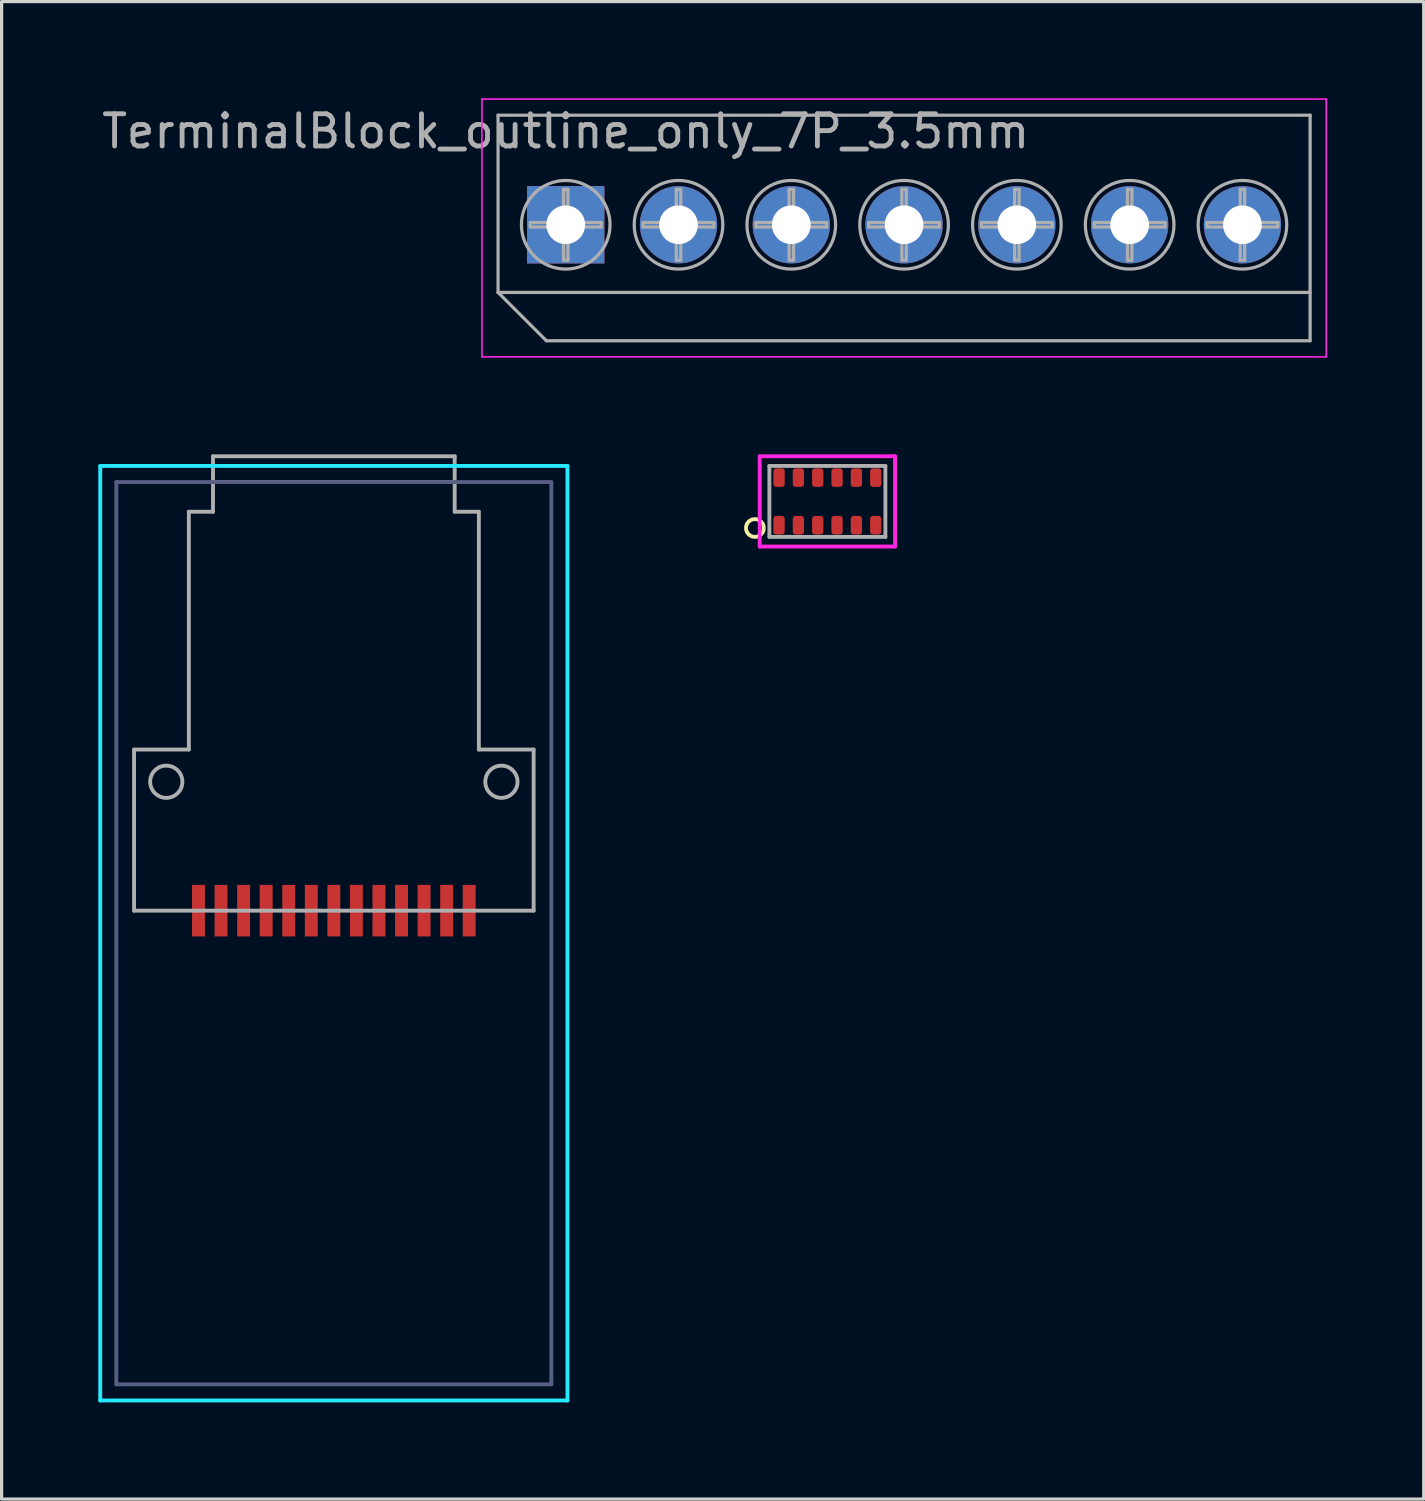
<source format=kicad_pcb>
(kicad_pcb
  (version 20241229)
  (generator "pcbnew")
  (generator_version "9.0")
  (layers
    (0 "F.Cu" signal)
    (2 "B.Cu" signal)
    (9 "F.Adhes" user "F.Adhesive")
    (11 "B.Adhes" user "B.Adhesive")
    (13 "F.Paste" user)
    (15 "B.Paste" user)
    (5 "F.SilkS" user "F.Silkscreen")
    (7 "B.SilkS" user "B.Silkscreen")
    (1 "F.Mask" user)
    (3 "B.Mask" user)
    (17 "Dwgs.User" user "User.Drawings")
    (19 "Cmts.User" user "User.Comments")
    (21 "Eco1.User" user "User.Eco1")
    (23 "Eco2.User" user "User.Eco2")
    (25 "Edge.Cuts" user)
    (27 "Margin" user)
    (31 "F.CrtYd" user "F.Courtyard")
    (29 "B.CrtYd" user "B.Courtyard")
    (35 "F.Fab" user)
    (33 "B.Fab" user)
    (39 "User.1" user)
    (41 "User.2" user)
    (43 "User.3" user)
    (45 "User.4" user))
  (footprint "TFT_160x80"
    (layer "F.Cu")
    (at 7.31 25.21)
    (property "Reference" "TFT_160x80" (at 0 1.95 0) (layer "Eco2.User") (effects (font (size 0.3 0.3) (thickness 0.075))))
    (attr smd)
    (fp_line (start -7.25 -13.8) (end 7.25 -13.8) (stroke (width 0.12) (type solid)) (layer "B.CrtYd"))
    (fp_line (start -7.25 15.2) (end -7.25 -13.8) (stroke (width 0.12) (type solid)) (layer "B.CrtYd"))
    (fp_line (start 7.25 -13.8) (end 7.25 15.2) (stroke (width 0.12) (type solid)) (layer "B.CrtYd"))
    (fp_line (start 7.25 15.2) (end -7.25 15.2) (stroke (width 0.12) (type solid)) (layer "B.CrtYd"))
    (fp_line (start -6.75 -13.3) (end 6.75 -13.3) (stroke (width 0.12) (type solid)) (layer "B.Fab"))
    (fp_line (start -6.75 14.7) (end -6.75 -13.3) (stroke (width 0.12) (type solid)) (layer "B.Fab"))
    (fp_line (start 6.75 -13.3) (end 6.75 14.7) (stroke (width 0.12) (type solid)) (layer "B.Fab"))
    (fp_line (start 6.75 14.7) (end -6.75 14.7) (stroke (width 0.12) (type solid)) (layer "B.Fab"))
    (fp_line (start -6.2 -5) (end -6.2 0) (stroke (width 0.12) (type solid)) (layer "F.Fab"))
    (fp_line (start -6.2 -5) (end -4.5 -5) (stroke (width 0.12) (type solid)) (layer "F.Fab"))
    (fp_line (start -6.2 0) (end 6.2 0) (stroke (width 0.12) (type solid)) (layer "F.Fab"))
    (fp_line (start -4.5 -12.38) (end -3.75 -12.38) (stroke (width 0.12) (type solid)) (layer "F.Fab"))
    (fp_line (start -4.5 -5) (end -4.5 -12.38) (stroke (width 0.12) (type solid)) (layer "F.Fab"))
    (fp_line (start -3.75 -14.1) (end 3.75 -14.1) (stroke (width 0.12) (type solid)) (layer "F.Fab"))
    (fp_line (start -3.75 -13.3) (end 3.75 -13.3) (stroke (width 0.12) (type solid)) (layer "F.Fab"))
    (fp_line (start -3.75 -12.38) (end -3.75 -14.1) (stroke (width 0.12) (type solid)) (layer "F.Fab"))
    (fp_line (start 3.75 -14.1) (end 3.75 -12.38) (stroke (width 0.12) (type solid)) (layer "F.Fab"))
    (fp_line (start 3.75 -12.38) (end 4.5 -12.38) (stroke (width 0.12) (type solid)) (layer "F.Fab"))
    (fp_line (start 4.5 -12.38) (end 4.5 -5) (stroke (width 0.12) (type solid)) (layer "F.Fab"))
    (fp_line (start 4.5 -5) (end 6.2 -5) (stroke (width 0.12) (type solid)) (layer "F.Fab"))
    (fp_line (start 6.2 0) (end 6.2 -5) (stroke (width 0.12) (type solid)) (layer "F.Fab"))
    (fp_circle (center -5.2 -4) (end -4.7 -4) (stroke (width 0.12) (type solid)) (fill no) (layer "F.Fab"))
    (fp_circle (center 5.2 -4) (end 5.7 -4) (stroke (width 0.12) (type solid)) (fill no) (layer "F.Fab"))
    (pad "1" smd rect (at 4.2 0) (size 0.4 1.6) (layers "F.Cu" "F.Mask" "F.Paste"))
    (pad "2" smd rect (at 3.5 0) (size 0.4 1.6) (layers "F.Cu" "F.Mask" "F.Paste"))
    (pad "3" smd rect (at 2.8 0) (size 0.4 1.6) (layers "F.Cu" "F.Mask" "F.Paste"))
    (pad "4" smd rect (at 2.1 0) (size 0.4 1.6) (layers "F.Cu" "F.Mask" "F.Paste"))
    (pad "5" smd rect (at 1.4 0) (size 0.4 1.6) (layers "F.Cu" "F.Mask" "F.Paste"))
    (pad "6" smd rect (at 0.7 0) (size 0.4 1.6) (layers "F.Cu" "F.Mask" "F.Paste"))
    (pad "7" smd rect (at 0 0) (size 0.4 1.6) (layers "F.Cu" "F.Mask" "F.Paste"))
    (pad "8" smd rect (at -0.7 0) (size 0.4 1.6) (layers "F.Cu" "F.Mask" "F.Paste"))
    (pad "9" smd rect (at -1.4 0) (size 0.4 1.6) (layers "F.Cu" "F.Mask" "F.Paste"))
    (pad "10" smd rect (at -2.1 0) (size 0.4 1.6) (layers "F.Cu" "F.Mask" "F.Paste"))
    (pad "11" smd rect (at -2.8 0) (size 0.4 1.6) (layers "F.Cu" "F.Mask" "F.Paste"))
    (pad "12" smd rect (at -3.5 0) (size 0.4 1.6) (layers "F.Cu" "F.Mask" "F.Paste"))
    (pad "13" smd rect (at -4.2 0) (size 0.4 1.6) (layers "F.Cu" "F.Mask" "F.Paste")))
  (footprint "TerminalBlock_outline_only_7P_3.5mm"
    (layer "F.Cu")
    (at 25.006 3.925)
    (property "Reference" "TerminalBlock_outline_only_7P_3.5mm" (at -10.358 2.332 0) (layer "Eco2.User") (effects (font (size 0.3 0.3) (thickness 0.075))))
    (attr through_hole)
    (fp_line (start -13.1 -3.9) (end -13.1 4.1) (stroke (width 0.05) (type solid)) (layer "F.CrtYd"))
    (fp_line (start -13.1 4.1) (end 13.1 4.1) (stroke (width 0.05) (type solid)) (layer "F.CrtYd"))
    (fp_line (start 13.1 -3.9) (end -13.1 -3.9) (stroke (width 0.05) (type solid)) (layer "F.CrtYd"))
    (fp_line (start 13.1 4.1) (end 13.1 -3.9) (stroke (width 0.05) (type solid)) (layer "F.CrtYd"))
    (fp_line (start -12.6 -3.4) (end 12.6 -3.4) (stroke (width 0.1) (type solid)) (layer "F.Fab"))
    (fp_line (start -12.6 2.1) (end -12.6 -3.4) (stroke (width 0.1) (type solid)) (layer "F.Fab"))
    (fp_line (start -12.6 2.1) (end 12.6 2.1) (stroke (width 0.1) (type solid)) (layer "F.Fab"))
    (fp_line (start -11.6 -0.069) (end -10.569 -0.069) (stroke (width 0.1) (type solid)) (layer "F.Fab"))
    (fp_line (start -11.6 0.069) (end -11.6 -0.069) (stroke (width 0.1) (type solid)) (layer "F.Fab"))
    (fp_line (start -11.1 3.6) (end -12.6 2.1) (stroke (width 0.1) (type solid)) (layer "F.Fab"))
    (fp_line (start -10.569 -1.1) (end -10.431 -1.1) (stroke (width 0.1) (type solid)) (layer "F.Fab"))
    (fp_line (start -10.569 -0.069) (end -10.569 -1.1) (stroke (width 0.1) (type solid)) (layer "F.Fab"))
    (fp_line (start -10.569 0.069) (end -11.6 0.069) (stroke (width 0.1) (type solid)) (layer "F.Fab"))
    (fp_line (start -10.569 1.1) (end -10.569 0.069) (stroke (width 0.1) (type solid)) (layer "F.Fab"))
    (fp_line (start -10.431 -1.1) (end -10.431 -0.069) (stroke (width 0.1) (type solid)) (layer "F.Fab"))
    (fp_line (start -10.431 -0.069) (end -9.4 -0.069) (stroke (width 0.1) (type solid)) (layer "F.Fab"))
    (fp_line (start -10.431 0.069) (end -10.431 1.1) (stroke (width 0.1) (type solid)) (layer "F.Fab"))
    (fp_line (start -10.431 1.1) (end -10.569 1.1) (stroke (width 0.1) (type solid)) (layer "F.Fab"))
    (fp_line (start -9.4 -0.069) (end -9.4 0.069) (stroke (width 0.1) (type solid)) (layer "F.Fab"))
    (fp_line (start -9.4 0.069) (end -10.431 0.069) (stroke (width 0.1) (type solid)) (layer "F.Fab"))
    (fp_line (start -8.1 -0.069) (end -7.069 -0.069) (stroke (width 0.1) (type solid)) (layer "F.Fab"))
    (fp_line (start -8.1 0.069) (end -8.1 -0.069) (stroke (width 0.1) (type solid)) (layer "F.Fab"))
    (fp_line (start -7.069 -1.1) (end -6.931 -1.1) (stroke (width 0.1) (type solid)) (layer "F.Fab"))
    (fp_line (start -7.069 -0.069) (end -7.069 -1.1) (stroke (width 0.1) (type solid)) (layer "F.Fab"))
    (fp_line (start -7.069 0.069) (end -8.1 0.069) (stroke (width 0.1) (type solid)) (layer "F.Fab"))
    (fp_line (start -7.069 1.1) (end -7.069 0.069) (stroke (width 0.1) (type solid)) (layer "F.Fab"))
    (fp_line (start -6.931 -1.1) (end -6.931 -0.069) (stroke (width 0.1) (type solid)) (layer "F.Fab"))
    (fp_line (start -6.931 -0.069) (end -5.9 -0.069) (stroke (width 0.1) (type solid)) (layer "F.Fab"))
    (fp_line (start -6.931 0.069) (end -6.931 1.1) (stroke (width 0.1) (type solid)) (layer "F.Fab"))
    (fp_line (start -6.931 1.1) (end -7.069 1.1) (stroke (width 0.1) (type solid)) (layer "F.Fab"))
    (fp_line (start -5.9 -0.069) (end -5.9 0.069) (stroke (width 0.1) (type solid)) (layer "F.Fab"))
    (fp_line (start -5.9 0.069) (end -6.931 0.069) (stroke (width 0.1) (type solid)) (layer "F.Fab"))
    (fp_line (start -4.6 -0.069) (end -3.569 -0.069) (stroke (width 0.1) (type solid)) (layer "F.Fab"))
    (fp_line (start -4.6 0.069) (end -4.6 -0.069) (stroke (width 0.1) (type solid)) (layer "F.Fab"))
    (fp_line (start -3.569 -1.1) (end -3.431 -1.1) (stroke (width 0.1) (type solid)) (layer "F.Fab"))
    (fp_line (start -3.569 -0.069) (end -3.569 -1.1) (stroke (width 0.1) (type solid)) (layer "F.Fab"))
    (fp_line (start -3.569 0.069) (end -4.6 0.069) (stroke (width 0.1) (type solid)) (layer "F.Fab"))
    (fp_line (start -3.569 1.1) (end -3.569 0.069) (stroke (width 0.1) (type solid)) (layer "F.Fab"))
    (fp_line (start -3.431 -1.1) (end -3.431 -0.069) (stroke (width 0.1) (type solid)) (layer "F.Fab"))
    (fp_line (start -3.431 -0.069) (end -2.4 -0.069) (stroke (width 0.1) (type solid)) (layer "F.Fab"))
    (fp_line (start -3.431 0.069) (end -3.431 1.1) (stroke (width 0.1) (type solid)) (layer "F.Fab"))
    (fp_line (start -3.431 1.1) (end -3.569 1.1) (stroke (width 0.1) (type solid)) (layer "F.Fab"))
    (fp_line (start -2.4 -0.069) (end -2.4 0.069) (stroke (width 0.1) (type solid)) (layer "F.Fab"))
    (fp_line (start -2.4 0.069) (end -3.431 0.069) (stroke (width 0.1) (type solid)) (layer "F.Fab"))
    (fp_line (start -1.1 -0.069) (end -0.069 -0.069) (stroke (width 0.1) (type solid)) (layer "F.Fab"))
    (fp_line (start -1.1 0.069) (end -1.1 -0.069) (stroke (width 0.1) (type solid)) (layer "F.Fab"))
    (fp_line (start -0.069 -1.1) (end 0.069 -1.1) (stroke (width 0.1) (type solid)) (layer "F.Fab"))
    (fp_line (start -0.069 -0.069) (end -0.069 -1.1) (stroke (width 0.1) (type solid)) (layer "F.Fab"))
    (fp_line (start -0.069 0.069) (end -1.1 0.069) (stroke (width 0.1) (type solid)) (layer "F.Fab"))
    (fp_line (start -0.069 1.1) (end -0.069 0.069) (stroke (width 0.1) (type solid)) (layer "F.Fab"))
    (fp_line (start 0.069 -1.1) (end 0.069 -0.069) (stroke (width 0.1) (type solid)) (layer "F.Fab"))
    (fp_line (start 0.069 -0.069) (end 1.1 -0.069) (stroke (width 0.1) (type solid)) (layer "F.Fab"))
    (fp_line (start 0.069 0.069) (end 0.069 1.1) (stroke (width 0.1) (type solid)) (layer "F.Fab"))
    (fp_line (start 0.069 1.1) (end -0.069 1.1) (stroke (width 0.1) (type solid)) (layer "F.Fab"))
    (fp_line (start 1.1 -0.069) (end 1.1 0.069) (stroke (width 0.1) (type solid)) (layer "F.Fab"))
    (fp_line (start 1.1 0.069) (end 0.069 0.069) (stroke (width 0.1) (type solid)) (layer "F.Fab"))
    (fp_line (start 2.4 -0.069) (end 3.431 -0.069) (stroke (width 0.1) (type solid)) (layer "F.Fab"))
    (fp_line (start 2.4 0.069) (end 2.4 -0.069) (stroke (width 0.1) (type solid)) (layer "F.Fab"))
    (fp_line (start 3.431 -1.1) (end 3.569 -1.1) (stroke (width 0.1) (type solid)) (layer "F.Fab"))
    (fp_line (start 3.431 -0.069) (end 3.431 -1.1) (stroke (width 0.1) (type solid)) (layer "F.Fab"))
    (fp_line (start 3.431 0.069) (end 2.4 0.069) (stroke (width 0.1) (type solid)) (layer "F.Fab"))
    (fp_line (start 3.431 1.1) (end 3.431 0.069) (stroke (width 0.1) (type solid)) (layer "F.Fab"))
    (fp_line (start 3.569 -1.1) (end 3.569 -0.069) (stroke (width 0.1) (type solid)) (layer "F.Fab"))
    (fp_line (start 3.569 -0.069) (end 4.6 -0.069) (stroke (width 0.1) (type solid)) (layer "F.Fab"))
    (fp_line (start 3.569 0.069) (end 3.569 1.1) (stroke (width 0.1) (type solid)) (layer "F.Fab"))
    (fp_line (start 3.569 1.1) (end 3.431 1.1) (stroke (width 0.1) (type solid)) (layer "F.Fab"))
    (fp_line (start 4.6 -0.069) (end 4.6 0.069) (stroke (width 0.1) (type solid)) (layer "F.Fab"))
    (fp_line (start 4.6 0.069) (end 3.569 0.069) (stroke (width 0.1) (type solid)) (layer "F.Fab"))
    (fp_line (start 5.9 -0.069) (end 6.931 -0.069) (stroke (width 0.1) (type solid)) (layer "F.Fab"))
    (fp_line (start 5.9 0.069) (end 5.9 -0.069) (stroke (width 0.1) (type solid)) (layer "F.Fab"))
    (fp_line (start 6.931 -1.1) (end 7.069 -1.1) (stroke (width 0.1) (type solid)) (layer "F.Fab"))
    (fp_line (start 6.931 -0.069) (end 6.931 -1.1) (stroke (width 0.1) (type solid)) (layer "F.Fab"))
    (fp_line (start 6.931 0.069) (end 5.9 0.069) (stroke (width 0.1) (type solid)) (layer "F.Fab"))
    (fp_line (start 6.931 1.1) (end 6.931 0.069) (stroke (width 0.1) (type solid)) (layer "F.Fab"))
    (fp_line (start 7.069 -1.1) (end 7.069 -0.069) (stroke (width 0.1) (type solid)) (layer "F.Fab"))
    (fp_line (start 7.069 -0.069) (end 8.1 -0.069) (stroke (width 0.1) (type solid)) (layer "F.Fab"))
    (fp_line (start 7.069 0.069) (end 7.069 1.1) (stroke (width 0.1) (type solid)) (layer "F.Fab"))
    (fp_line (start 7.069 1.1) (end 6.931 1.1) (stroke (width 0.1) (type solid)) (layer "F.Fab"))
    (fp_line (start 8.1 -0.069) (end 8.1 0.069) (stroke (width 0.1) (type solid)) (layer "F.Fab"))
    (fp_line (start 8.1 0.069) (end 7.069 0.069) (stroke (width 0.1) (type solid)) (layer "F.Fab"))
    (fp_line (start 9.4 -0.069) (end 10.431 -0.069) (stroke (width 0.1) (type solid)) (layer "F.Fab"))
    (fp_line (start 9.4 0.069) (end 9.4 -0.069) (stroke (width 0.1) (type solid)) (layer "F.Fab"))
    (fp_line (start 10.431 -1.1) (end 10.569 -1.1) (stroke (width 0.1) (type solid)) (layer "F.Fab"))
    (fp_line (start 10.431 -0.069) (end 10.431 -1.1) (stroke (width 0.1) (type solid)) (layer "F.Fab"))
    (fp_line (start 10.431 0.069) (end 9.4 0.069) (stroke (width 0.1) (type solid)) (layer "F.Fab"))
    (fp_line (start 10.431 1.1) (end 10.431 0.069) (stroke (width 0.1) (type solid)) (layer "F.Fab"))
    (fp_line (start 10.569 -1.1) (end 10.569 -0.069) (stroke (width 0.1) (type solid)) (layer "F.Fab"))
    (fp_line (start 10.569 -0.069) (end 11.6 -0.069) (stroke (width 0.1) (type solid)) (layer "F.Fab"))
    (fp_line (start 10.569 0.069) (end 10.569 1.1) (stroke (width 0.1) (type solid)) (layer "F.Fab"))
    (fp_line (start 10.569 1.1) (end 10.431 1.1) (stroke (width 0.1) (type solid)) (layer "F.Fab"))
    (fp_line (start 11.6 -0.069) (end 11.6 0.069) (stroke (width 0.1) (type solid)) (layer "F.Fab"))
    (fp_line (start 11.6 0.069) (end 10.569 0.069) (stroke (width 0.1) (type solid)) (layer "F.Fab"))
    (fp_line (start 12.6 -3.4) (end 12.6 3.6) (stroke (width 0.1) (type solid)) (layer "F.Fab"))
    (fp_line (start 12.6 3.6) (end -11.1 3.6) (stroke (width 0.1) (type solid)) (layer "F.Fab"))
    (fp_circle (center -10.5 0) (end -9.125 0) (stroke (width 0.1) (type solid)) (fill no) (layer "F.Fab"))
    (fp_circle (center -7 0) (end -5.625 0) (stroke (width 0.1) (type solid)) (fill no) (layer "F.Fab"))
    (fp_circle (center -3.5 0) (end -2.125 0) (stroke (width 0.1) (type solid)) (fill no) (layer "F.Fab"))
    (fp_circle (center 0 0) (end 1.375 0) (stroke (width 0.1) (type solid)) (fill no) (layer "F.Fab"))
    (fp_circle (center 3.5 0) (end 4.875 0) (stroke (width 0.1) (type solid)) (fill no) (layer "F.Fab"))
    (fp_circle (center 7 0) (end 8.375 0) (stroke (width 0.1) (type solid)) (fill no) (layer "F.Fab"))
    (fp_circle (center 10.5 0) (end 11.875 0) (stroke (width 0.1) (type solid)) (fill no) (layer "F.Fab"))
    (fp_text user "${REFERENCE}" (at -10.5 -2.9 0) (layer "F.Fab") (effects (font (size 1 1) (thickness 0.15))))
    (pad "1" thru_hole rect (at -10.5 0) (size 2.4 2.4) (drill 1.2) (layers "*.Cu" "*.Mask"))
    (pad "2" thru_hole circle (at -7 0) (size 2.4 2.4) (drill 1.2) (layers "*.Cu" "*.Mask"))
    (pad "3" thru_hole circle (at -3.5 0) (size 2.4 2.4) (drill 1.2) (layers "*.Cu" "*.Mask"))
    (pad "4" thru_hole circle (at 0 0) (size 2.4 2.4) (drill 1.2) (layers "*.Cu" "*.Mask"))
    (pad "5" thru_hole circle (at 3.5 0) (size 2.4 2.4) (drill 1.2) (layers "*.Cu" "*.Mask"))
    (pad "6" thru_hole circle (at 7 0) (size 2.4 2.4) (drill 1.2) (layers "*.Cu" "*.Mask"))
    (pad "7" thru_hole circle (at 10.5 0) (size 2.4 2.4) (drill 1.2) (layers "*.Cu" "*.Mask")))
  (footprint "TMF8801-1B"
    (layer "F.Cu")
    (at 22.626 12.51)
    (property "Reference" "TMF8801-1B" (at 0 4.575 0) (layer "Eco2.User") (effects (font (size 1 1) (thickness 0.15))))
    (attr through_hole)
    (fp_circle (center -2.25 0.825) (end -2.225 1.1) (stroke (width 0.12) (type solid)) (fill no) (layer "F.SilkS"))
    (fp_line (start -2.1 -1.4) (end 2.1 -1.4) (stroke (width 0.12) (type solid)) (layer "F.CrtYd"))
    (fp_line (start -2.1 1.4) (end -2.1 -1.4) (stroke (width 0.12) (type solid)) (layer "F.CrtYd"))
    (fp_line (start 2.1 -1.4) (end 2.1 1.4) (stroke (width 0.12) (type solid)) (layer "F.CrtYd"))
    (fp_line (start 2.1 1.4) (end -2.1 1.4) (stroke (width 0.12) (type solid)) (layer "F.CrtYd"))
    (fp_line (start -1.8 -1.1) (end 1.8 -1.1) (stroke (width 0.12) (type solid)) (layer "F.Fab"))
    (fp_line (start -1.8 1.1) (end -1.8 -1.1) (stroke (width 0.12) (type solid)) (layer "F.Fab"))
    (fp_line (start 1.8 -1.1) (end 1.8 1.1) (stroke (width 0.12) (type solid)) (layer "F.Fab"))
    (fp_line (start 1.8 1.1) (end -1.8 1.1) (stroke (width 0.12) (type solid)) (layer "F.Fab"))
    (pad "1" smd roundrect (at -1.5 0.738) (size 0.35 0.575) (layers "F.Cu" "F.Mask" "F.Paste") (roundrect_rratio 0.25))
    (pad "2" smd roundrect (at -0.9 0.738) (size 0.35 0.575) (layers "F.Cu" "F.Mask" "F.Paste") (roundrect_rratio 0.25))
    (pad "3" smd roundrect (at -0.3 0.738) (size 0.35 0.575) (layers "F.Cu" "F.Mask" "F.Paste") (roundrect_rratio 0.25))
    (pad "4" smd roundrect (at 0.3 0.738) (size 0.35 0.575) (layers "F.Cu" "F.Mask" "F.Paste") (roundrect_rratio 0.25))
    (pad "5" smd roundrect (at 0.9 0.738) (size 0.35 0.575) (layers "F.Cu" "F.Mask" "F.Paste") (roundrect_rratio 0.25))
    (pad "6" smd roundrect (at 1.5 0.738) (size 0.35 0.575) (layers "F.Cu" "F.Mask" "F.Paste") (roundrect_rratio 0.25))
    (pad "7" smd roundrect (at 1.5 -0.738) (size 0.35 0.575) (layers "F.Cu" "F.Mask" "F.Paste") (roundrect_rratio 0.25))
    (pad "8" smd roundrect (at 0.9 -0.738) (size 0.35 0.575) (layers "F.Cu" "F.Mask" "F.Paste") (roundrect_rratio 0.25))
    (pad "9" smd roundrect (at 0.3 -0.738) (size 0.35 0.575) (layers "F.Cu" "F.Mask" "F.Paste") (roundrect_rratio 0.25))
    (pad "10" smd roundrect (at -0.3 -0.738) (size 0.35 0.575) (layers "F.Cu" "F.Mask" "F.Paste") (roundrect_rratio 0.25))
    (pad "11" smd roundrect (at -0.9 -0.738) (size 0.35 0.575) (layers "F.Cu" "F.Mask" "F.Paste") (roundrect_rratio 0.25))
    (pad "12" smd roundrect (at -1.5 -0.738) (size 0.35 0.575) (layers "F.Cu" "F.Mask" "F.Paste") (roundrect_rratio 0.25)))
  (gr_rect
    (start -3 -3)
    (end 41.131 43.47)
    (stroke (width 0.1) (type default))
    (fill no)
    (layer "Edge.Cuts")))
</source>
